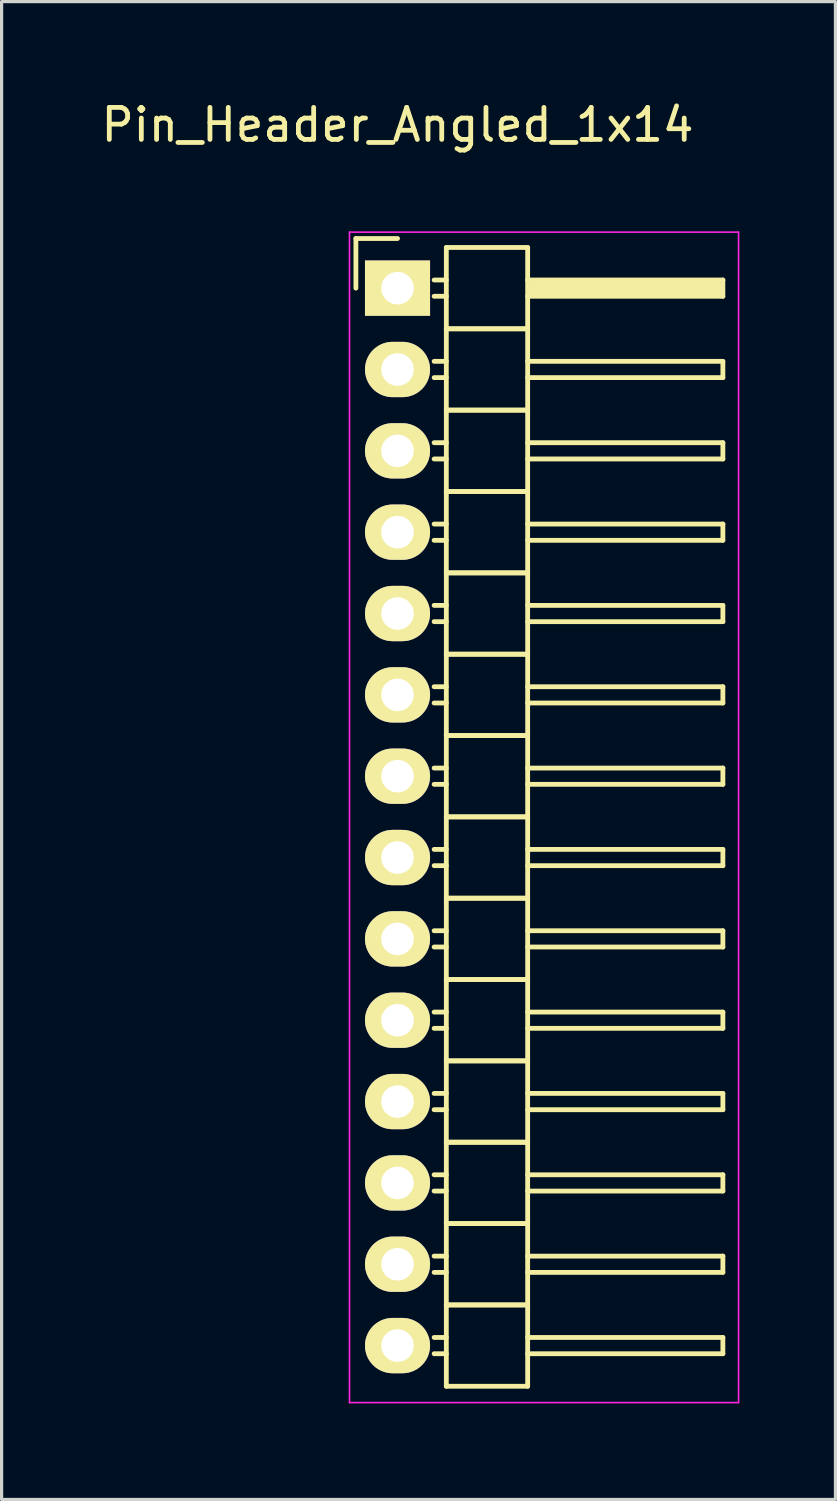
<source format=kicad_pcb>
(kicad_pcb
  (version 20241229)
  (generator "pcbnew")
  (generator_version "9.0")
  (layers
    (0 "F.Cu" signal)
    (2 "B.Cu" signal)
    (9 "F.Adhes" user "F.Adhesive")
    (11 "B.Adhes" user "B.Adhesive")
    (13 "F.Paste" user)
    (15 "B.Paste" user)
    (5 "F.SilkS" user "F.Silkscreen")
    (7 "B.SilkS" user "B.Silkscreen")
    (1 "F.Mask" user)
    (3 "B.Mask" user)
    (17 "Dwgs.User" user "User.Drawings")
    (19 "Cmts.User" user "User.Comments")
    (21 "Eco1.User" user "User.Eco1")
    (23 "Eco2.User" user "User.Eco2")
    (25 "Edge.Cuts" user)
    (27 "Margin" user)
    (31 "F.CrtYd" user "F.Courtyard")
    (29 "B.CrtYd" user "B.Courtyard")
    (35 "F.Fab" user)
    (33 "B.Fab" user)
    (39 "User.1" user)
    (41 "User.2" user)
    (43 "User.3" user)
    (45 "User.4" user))
  (footprint "Pin_Header_Angled_1x14"
    (layer "F.Cu")
    (at 9.363 5.948)
    (property "Reference" "Pin_Header_Angled_1x14" (at 0 -5.1 0) (layer "F.SilkS") (effects (font (size 1 1) (thickness 0.15))))
    (attr through_hole)
    (fp_line (start -1.3 -1.55) (end -1.3 0) (stroke (width 0.15) (type solid)) (layer "F.SilkS"))
    (fp_line (start 0 -1.55) (end -1.3 -1.55) (stroke (width 0.15) (type solid)) (layer "F.SilkS"))
    (fp_line (start 1.524 -1.27) (end 1.524 1.27) (stroke (width 0.15) (type solid)) (layer "F.SilkS"))
    (fp_line (start 1.524 -1.27) (end 4.064 -1.27) (stroke (width 0.15) (type solid)) (layer "F.SilkS"))
    (fp_line (start 1.524 -0.254) (end 1.143 -0.254) (stroke (width 0.15) (type solid)) (layer "F.SilkS"))
    (fp_line (start 1.524 0.254) (end 1.143 0.254) (stroke (width 0.15) (type solid)) (layer "F.SilkS"))
    (fp_line (start 1.524 1.27) (end 1.524 3.81) (stroke (width 0.15) (type solid)) (layer "F.SilkS"))
    (fp_line (start 1.524 1.27) (end 4.064 1.27) (stroke (width 0.15) (type solid)) (layer "F.SilkS"))
    (fp_line (start 1.524 1.27) (end 4.064 1.27) (stroke (width 0.15) (type solid)) (layer "F.SilkS"))
    (fp_line (start 1.524 2.286) (end 1.143 2.286) (stroke (width 0.15) (type solid)) (layer "F.SilkS"))
    (fp_line (start 1.524 2.794) (end 1.143 2.794) (stroke (width 0.15) (type solid)) (layer "F.SilkS"))
    (fp_line (start 1.524 3.81) (end 1.524 6.35) (stroke (width 0.15) (type solid)) (layer "F.SilkS"))
    (fp_line (start 1.524 3.81) (end 4.064 3.81) (stroke (width 0.15) (type solid)) (layer "F.SilkS"))
    (fp_line (start 1.524 3.81) (end 4.064 3.81) (stroke (width 0.15) (type solid)) (layer "F.SilkS"))
    (fp_line (start 1.524 4.826) (end 1.143 4.826) (stroke (width 0.15) (type solid)) (layer "F.SilkS"))
    (fp_line (start 1.524 5.334) (end 1.143 5.334) (stroke (width 0.15) (type solid)) (layer "F.SilkS"))
    (fp_line (start 1.524 6.35) (end 1.524 8.89) (stroke (width 0.15) (type solid)) (layer "F.SilkS"))
    (fp_line (start 1.524 6.35) (end 4.064 6.35) (stroke (width 0.15) (type solid)) (layer "F.SilkS"))
    (fp_line (start 1.524 6.35) (end 4.064 6.35) (stroke (width 0.15) (type solid)) (layer "F.SilkS"))
    (fp_line (start 1.524 7.366) (end 1.143 7.366) (stroke (width 0.15) (type solid)) (layer "F.SilkS"))
    (fp_line (start 1.524 7.874) (end 1.143 7.874) (stroke (width 0.15) (type solid)) (layer "F.SilkS"))
    (fp_line (start 1.524 8.89) (end 1.524 11.43) (stroke (width 0.15) (type solid)) (layer "F.SilkS"))
    (fp_line (start 1.524 8.89) (end 4.064 8.89) (stroke (width 0.15) (type solid)) (layer "F.SilkS"))
    (fp_line (start 1.524 8.89) (end 4.064 8.89) (stroke (width 0.15) (type solid)) (layer "F.SilkS"))
    (fp_line (start 1.524 9.906) (end 1.143 9.906) (stroke (width 0.15) (type solid)) (layer "F.SilkS"))
    (fp_line (start 1.524 10.414) (end 1.143 10.414) (stroke (width 0.15) (type solid)) (layer "F.SilkS"))
    (fp_line (start 1.524 11.43) (end 1.524 13.97) (stroke (width 0.15) (type solid)) (layer "F.SilkS"))
    (fp_line (start 1.524 11.43) (end 4.064 11.43) (stroke (width 0.15) (type solid)) (layer "F.SilkS"))
    (fp_line (start 1.524 11.43) (end 4.064 11.43) (stroke (width 0.15) (type solid)) (layer "F.SilkS"))
    (fp_line (start 1.524 12.446) (end 1.143 12.446) (stroke (width 0.15) (type solid)) (layer "F.SilkS"))
    (fp_line (start 1.524 12.954) (end 1.143 12.954) (stroke (width 0.15) (type solid)) (layer "F.SilkS"))
    (fp_line (start 1.524 13.97) (end 1.524 16.51) (stroke (width 0.15) (type solid)) (layer "F.SilkS"))
    (fp_line (start 1.524 13.97) (end 4.064 13.97) (stroke (width 0.15) (type solid)) (layer "F.SilkS"))
    (fp_line (start 1.524 13.97) (end 4.064 13.97) (stroke (width 0.15) (type solid)) (layer "F.SilkS"))
    (fp_line (start 1.524 14.986) (end 1.143 14.986) (stroke (width 0.15) (type solid)) (layer "F.SilkS"))
    (fp_line (start 1.524 15.494) (end 1.143 15.494) (stroke (width 0.15) (type solid)) (layer "F.SilkS"))
    (fp_line (start 1.524 16.51) (end 1.524 19.05) (stroke (width 0.15) (type solid)) (layer "F.SilkS"))
    (fp_line (start 1.524 16.51) (end 4.064 16.51) (stroke (width 0.15) (type solid)) (layer "F.SilkS"))
    (fp_line (start 1.524 16.51) (end 4.064 16.51) (stroke (width 0.15) (type solid)) (layer "F.SilkS"))
    (fp_line (start 1.524 17.526) (end 1.143 17.526) (stroke (width 0.15) (type solid)) (layer "F.SilkS"))
    (fp_line (start 1.524 18.034) (end 1.143 18.034) (stroke (width 0.15) (type solid)) (layer "F.SilkS"))
    (fp_line (start 1.524 19.05) (end 1.524 21.59) (stroke (width 0.15) (type solid)) (layer "F.SilkS"))
    (fp_line (start 1.524 19.05) (end 4.064 19.05) (stroke (width 0.15) (type solid)) (layer "F.SilkS"))
    (fp_line (start 1.524 19.05) (end 4.064 19.05) (stroke (width 0.15) (type solid)) (layer "F.SilkS"))
    (fp_line (start 1.524 20.066) (end 1.143 20.066) (stroke (width 0.15) (type solid)) (layer "F.SilkS"))
    (fp_line (start 1.524 20.574) (end 1.143 20.574) (stroke (width 0.15) (type solid)) (layer "F.SilkS"))
    (fp_line (start 1.524 21.59) (end 1.524 24.13) (stroke (width 0.15) (type solid)) (layer "F.SilkS"))
    (fp_line (start 1.524 21.59) (end 4.064 21.59) (stroke (width 0.15) (type solid)) (layer "F.SilkS"))
    (fp_line (start 1.524 21.59) (end 4.064 21.59) (stroke (width 0.15) (type solid)) (layer "F.SilkS"))
    (fp_line (start 1.524 22.606) (end 1.143 22.606) (stroke (width 0.15) (type solid)) (layer "F.SilkS"))
    (fp_line (start 1.524 23.114) (end 1.143 23.114) (stroke (width 0.15) (type solid)) (layer "F.SilkS"))
    (fp_line (start 1.524 24.13) (end 1.524 26.67) (stroke (width 0.15) (type solid)) (layer "F.SilkS"))
    (fp_line (start 1.524 24.13) (end 4.064 24.13) (stroke (width 0.15) (type solid)) (layer "F.SilkS"))
    (fp_line (start 1.524 24.13) (end 4.064 24.13) (stroke (width 0.15) (type solid)) (layer "F.SilkS"))
    (fp_line (start 1.524 25.146) (end 1.143 25.146) (stroke (width 0.15) (type solid)) (layer "F.SilkS"))
    (fp_line (start 1.524 25.654) (end 1.143 25.654) (stroke (width 0.15) (type solid)) (layer "F.SilkS"))
    (fp_line (start 1.524 26.67) (end 1.524 29.21) (stroke (width 0.15) (type solid)) (layer "F.SilkS"))
    (fp_line (start 1.524 26.67) (end 4.064 26.67) (stroke (width 0.15) (type solid)) (layer "F.SilkS"))
    (fp_line (start 1.524 26.67) (end 4.064 26.67) (stroke (width 0.15) (type solid)) (layer "F.SilkS"))
    (fp_line (start 1.524 27.686) (end 1.143 27.686) (stroke (width 0.15) (type solid)) (layer "F.SilkS"))
    (fp_line (start 1.524 28.194) (end 1.143 28.194) (stroke (width 0.15) (type solid)) (layer "F.SilkS"))
    (fp_line (start 1.524 29.21) (end 1.524 31.75) (stroke (width 0.15) (type solid)) (layer "F.SilkS"))
    (fp_line (start 1.524 29.21) (end 4.064 29.21) (stroke (width 0.15) (type solid)) (layer "F.SilkS"))
    (fp_line (start 1.524 29.21) (end 4.064 29.21) (stroke (width 0.15) (type solid)) (layer "F.SilkS"))
    (fp_line (start 1.524 30.226) (end 1.143 30.226) (stroke (width 0.15) (type solid)) (layer "F.SilkS"))
    (fp_line (start 1.524 30.734) (end 1.143 30.734) (stroke (width 0.15) (type solid)) (layer "F.SilkS"))
    (fp_line (start 1.524 31.75) (end 1.524 34.29) (stroke (width 0.15) (type solid)) (layer "F.SilkS"))
    (fp_line (start 1.524 31.75) (end 4.064 31.75) (stroke (width 0.15) (type solid)) (layer "F.SilkS"))
    (fp_line (start 1.524 31.75) (end 4.064 31.75) (stroke (width 0.15) (type solid)) (layer "F.SilkS"))
    (fp_line (start 1.524 32.766) (end 1.143 32.766) (stroke (width 0.15) (type solid)) (layer "F.SilkS"))
    (fp_line (start 1.524 33.274) (end 1.143 33.274) (stroke (width 0.15) (type solid)) (layer "F.SilkS"))
    (fp_line (start 1.524 34.29) (end 4.064 34.29) (stroke (width 0.15) (type solid)) (layer "F.SilkS"))
    (fp_line (start 4.064 -0.254) (end 10.16 -0.254) (stroke (width 0.15) (type solid)) (layer "F.SilkS"))
    (fp_line (start 4.064 1.27) (end 4.064 -1.27) (stroke (width 0.15) (type solid)) (layer "F.SilkS"))
    (fp_line (start 4.064 2.286) (end 10.16 2.286) (stroke (width 0.15) (type solid)) (layer "F.SilkS"))
    (fp_line (start 4.064 3.81) (end 4.064 1.27) (stroke (width 0.15) (type solid)) (layer "F.SilkS"))
    (fp_line (start 4.064 4.826) (end 10.16 4.826) (stroke (width 0.15) (type solid)) (layer "F.SilkS"))
    (fp_line (start 4.064 6.35) (end 4.064 3.81) (stroke (width 0.15) (type solid)) (layer "F.SilkS"))
    (fp_line (start 4.064 7.366) (end 10.16 7.366) (stroke (width 0.15) (type solid)) (layer "F.SilkS"))
    (fp_line (start 4.064 8.89) (end 4.064 6.35) (stroke (width 0.15) (type solid)) (layer "F.SilkS"))
    (fp_line (start 4.064 9.906) (end 10.16 9.906) (stroke (width 0.15) (type solid)) (layer "F.SilkS"))
    (fp_line (start 4.064 11.43) (end 4.064 8.89) (stroke (width 0.15) (type solid)) (layer "F.SilkS"))
    (fp_line (start 4.064 12.446) (end 10.16 12.446) (stroke (width 0.15) (type solid)) (layer "F.SilkS"))
    (fp_line (start 4.064 13.97) (end 4.064 11.43) (stroke (width 0.15) (type solid)) (layer "F.SilkS"))
    (fp_line (start 4.064 14.986) (end 10.16 14.986) (stroke (width 0.15) (type solid)) (layer "F.SilkS"))
    (fp_line (start 4.064 16.51) (end 4.064 13.97) (stroke (width 0.15) (type solid)) (layer "F.SilkS"))
    (fp_line (start 4.064 17.526) (end 10.16 17.526) (stroke (width 0.15) (type solid)) (layer "F.SilkS"))
    (fp_line (start 4.064 19.05) (end 4.064 16.51) (stroke (width 0.15) (type solid)) (layer "F.SilkS"))
    (fp_line (start 4.064 20.066) (end 10.16 20.066) (stroke (width 0.15) (type solid)) (layer "F.SilkS"))
    (fp_line (start 4.064 21.59) (end 4.064 19.05) (stroke (width 0.15) (type solid)) (layer "F.SilkS"))
    (fp_line (start 4.064 22.606) (end 10.16 22.606) (stroke (width 0.15) (type solid)) (layer "F.SilkS"))
    (fp_line (start 4.064 24.13) (end 4.064 21.59) (stroke (width 0.15) (type solid)) (layer "F.SilkS"))
    (fp_line (start 4.064 25.146) (end 10.16 25.146) (stroke (width 0.15) (type solid)) (layer "F.SilkS"))
    (fp_line (start 4.064 26.67) (end 4.064 24.13) (stroke (width 0.15) (type solid)) (layer "F.SilkS"))
    (fp_line (start 4.064 27.686) (end 10.16 27.686) (stroke (width 0.15) (type solid)) (layer "F.SilkS"))
    (fp_line (start 4.064 29.21) (end 4.064 26.67) (stroke (width 0.15) (type solid)) (layer "F.SilkS"))
    (fp_line (start 4.064 30.226) (end 10.16 30.226) (stroke (width 0.15) (type solid)) (layer "F.SilkS"))
    (fp_line (start 4.064 31.75) (end 4.064 29.21) (stroke (width 0.15) (type solid)) (layer "F.SilkS"))
    (fp_line (start 4.064 32.766) (end 10.16 32.766) (stroke (width 0.15) (type solid)) (layer "F.SilkS"))
    (fp_line (start 4.064 34.29) (end 4.064 31.75) (stroke (width 0.15) (type solid)) (layer "F.SilkS"))
    (fp_line (start 4.191 -0.127) (end 10.033 -0.127) (stroke (width 0.15) (type solid)) (layer "F.SilkS"))
    (fp_line (start 4.191 0) (end 10.033 0) (stroke (width 0.15) (type solid)) (layer "F.SilkS"))
    (fp_line (start 4.191 0.127) (end 4.191 0) (stroke (width 0.15) (type solid)) (layer "F.SilkS"))
    (fp_line (start 10.033 -0.127) (end 10.033 0.127) (stroke (width 0.15) (type solid)) (layer "F.SilkS"))
    (fp_line (start 10.033 0.127) (end 4.191 0.127) (stroke (width 0.15) (type solid)) (layer "F.SilkS"))
    (fp_line (start 10.16 -0.254) (end 10.16 0.254) (stroke (width 0.15) (type solid)) (layer "F.SilkS"))
    (fp_line (start 10.16 0.254) (end 4.064 0.254) (stroke (width 0.15) (type solid)) (layer "F.SilkS"))
    (fp_line (start 10.16 2.286) (end 10.16 2.794) (stroke (width 0.15) (type solid)) (layer "F.SilkS"))
    (fp_line (start 10.16 2.794) (end 4.064 2.794) (stroke (width 0.15) (type solid)) (layer "F.SilkS"))
    (fp_line (start 10.16 4.826) (end 10.16 5.334) (stroke (width 0.15) (type solid)) (layer "F.SilkS"))
    (fp_line (start 10.16 5.334) (end 4.064 5.334) (stroke (width 0.15) (type solid)) (layer "F.SilkS"))
    (fp_line (start 10.16 7.366) (end 10.16 7.874) (stroke (width 0.15) (type solid)) (layer "F.SilkS"))
    (fp_line (start 10.16 7.874) (end 4.064 7.874) (stroke (width 0.15) (type solid)) (layer "F.SilkS"))
    (fp_line (start 10.16 9.906) (end 10.16 10.414) (stroke (width 0.15) (type solid)) (layer "F.SilkS"))
    (fp_line (start 10.16 10.414) (end 4.064 10.414) (stroke (width 0.15) (type solid)) (layer "F.SilkS"))
    (fp_line (start 10.16 12.446) (end 10.16 12.954) (stroke (width 0.15) (type solid)) (layer "F.SilkS"))
    (fp_line (start 10.16 12.954) (end 4.064 12.954) (stroke (width 0.15) (type solid)) (layer "F.SilkS"))
    (fp_line (start 10.16 14.986) (end 10.16 15.494) (stroke (width 0.15) (type solid)) (layer "F.SilkS"))
    (fp_line (start 10.16 15.494) (end 4.064 15.494) (stroke (width 0.15) (type solid)) (layer "F.SilkS"))
    (fp_line (start 10.16 17.526) (end 10.16 18.034) (stroke (width 0.15) (type solid)) (layer "F.SilkS"))
    (fp_line (start 10.16 18.034) (end 4.064 18.034) (stroke (width 0.15) (type solid)) (layer "F.SilkS"))
    (fp_line (start 10.16 20.066) (end 10.16 20.574) (stroke (width 0.15) (type solid)) (layer "F.SilkS"))
    (fp_line (start 10.16 20.574) (end 4.064 20.574) (stroke (width 0.15) (type solid)) (layer "F.SilkS"))
    (fp_line (start 10.16 22.606) (end 10.16 23.114) (stroke (width 0.15) (type solid)) (layer "F.SilkS"))
    (fp_line (start 10.16 23.114) (end 4.064 23.114) (stroke (width 0.15) (type solid)) (layer "F.SilkS"))
    (fp_line (start 10.16 25.146) (end 10.16 25.654) (stroke (width 0.15) (type solid)) (layer "F.SilkS"))
    (fp_line (start 10.16 25.654) (end 4.064 25.654) (stroke (width 0.15) (type solid)) (layer "F.SilkS"))
    (fp_line (start 10.16 27.686) (end 10.16 28.194) (stroke (width 0.15) (type solid)) (layer "F.SilkS"))
    (fp_line (start 10.16 28.194) (end 4.064 28.194) (stroke (width 0.15) (type solid)) (layer "F.SilkS"))
    (fp_line (start 10.16 30.226) (end 10.16 30.734) (stroke (width 0.15) (type solid)) (layer "F.SilkS"))
    (fp_line (start 10.16 30.734) (end 4.064 30.734) (stroke (width 0.15) (type solid)) (layer "F.SilkS"))
    (fp_line (start 10.16 32.766) (end 10.16 33.274) (stroke (width 0.15) (type solid)) (layer "F.SilkS"))
    (fp_line (start 10.16 33.274) (end 4.064 33.274) (stroke (width 0.15) (type solid)) (layer "F.SilkS"))
    (fp_line (start -1.5 -1.75) (end -1.5 34.8) (stroke (width 0.05) (type solid)) (layer "F.CrtYd"))
    (fp_line (start -1.5 -1.75) (end 10.65 -1.75) (stroke (width 0.05) (type solid)) (layer "F.CrtYd"))
    (fp_line (start -1.5 34.8) (end 10.65 34.8) (stroke (width 0.05) (type solid)) (layer "F.CrtYd"))
    (fp_line (start 10.65 -1.75) (end 10.65 34.8) (stroke (width 0.05) (type solid)) (layer "F.CrtYd"))
    (pad "1" thru_hole rect (at 0 0) (size 2.032 1.727) (drill 1.016) (layers "*.Cu" "*.Mask" "F.SilkS"))
    (pad "2" thru_hole oval (at 0 2.54) (size 2.032 1.727) (drill 1.016) (layers "*.Cu" "*.Mask" "F.SilkS"))
    (pad "3" thru_hole oval (at 0 5.08) (size 2.032 1.727) (drill 1.016) (layers "*.Cu" "*.Mask" "F.SilkS"))
    (pad "4" thru_hole oval (at 0 7.62) (size 2.032 1.727) (drill 1.016) (layers "*.Cu" "*.Mask" "F.SilkS"))
    (pad "5" thru_hole oval (at 0 10.16) (size 2.032 1.727) (drill 1.016) (layers "*.Cu" "*.Mask" "F.SilkS"))
    (pad "6" thru_hole oval (at 0 12.7) (size 2.032 1.727) (drill 1.016) (layers "*.Cu" "*.Mask" "F.SilkS"))
    (pad "7" thru_hole oval (at 0 15.24) (size 2.032 1.727) (drill 1.016) (layers "*.Cu" "*.Mask" "F.SilkS"))
    (pad "8" thru_hole oval (at 0 17.78) (size 2.032 1.727) (drill 1.016) (layers "*.Cu" "*.Mask" "F.SilkS"))
    (pad "9" thru_hole oval (at 0 20.32) (size 2.032 1.727) (drill 1.016) (layers "*.Cu" "*.Mask" "F.SilkS"))
    (pad "10" thru_hole oval (at 0 22.86) (size 2.032 1.727) (drill 1.016) (layers "*.Cu" "*.Mask" "F.SilkS"))
    (pad "11" thru_hole oval (at 0 25.4) (size 2.032 1.727) (drill 1.016) (layers "*.Cu" "*.Mask" "F.SilkS"))
    (pad "12" thru_hole oval (at 0 27.94) (size 2.032 1.727) (drill 1.016) (layers "*.Cu" "*.Mask" "F.SilkS"))
    (pad "13" thru_hole oval (at 0 30.48) (size 2.032 1.727) (drill 1.016) (layers "*.Cu" "*.Mask" "F.SilkS"))
    (pad "14" thru_hole oval (at 0 33.02) (size 2.032 1.727) (drill 1.016) (layers "*.Cu" "*.Mask" "F.SilkS")))
  (gr_rect
    (start -3 -3)
    (end 23.038 43.773)
    (stroke (width 0.1) (type default))
    (fill no)
    (layer "Edge.Cuts")))
</source>
